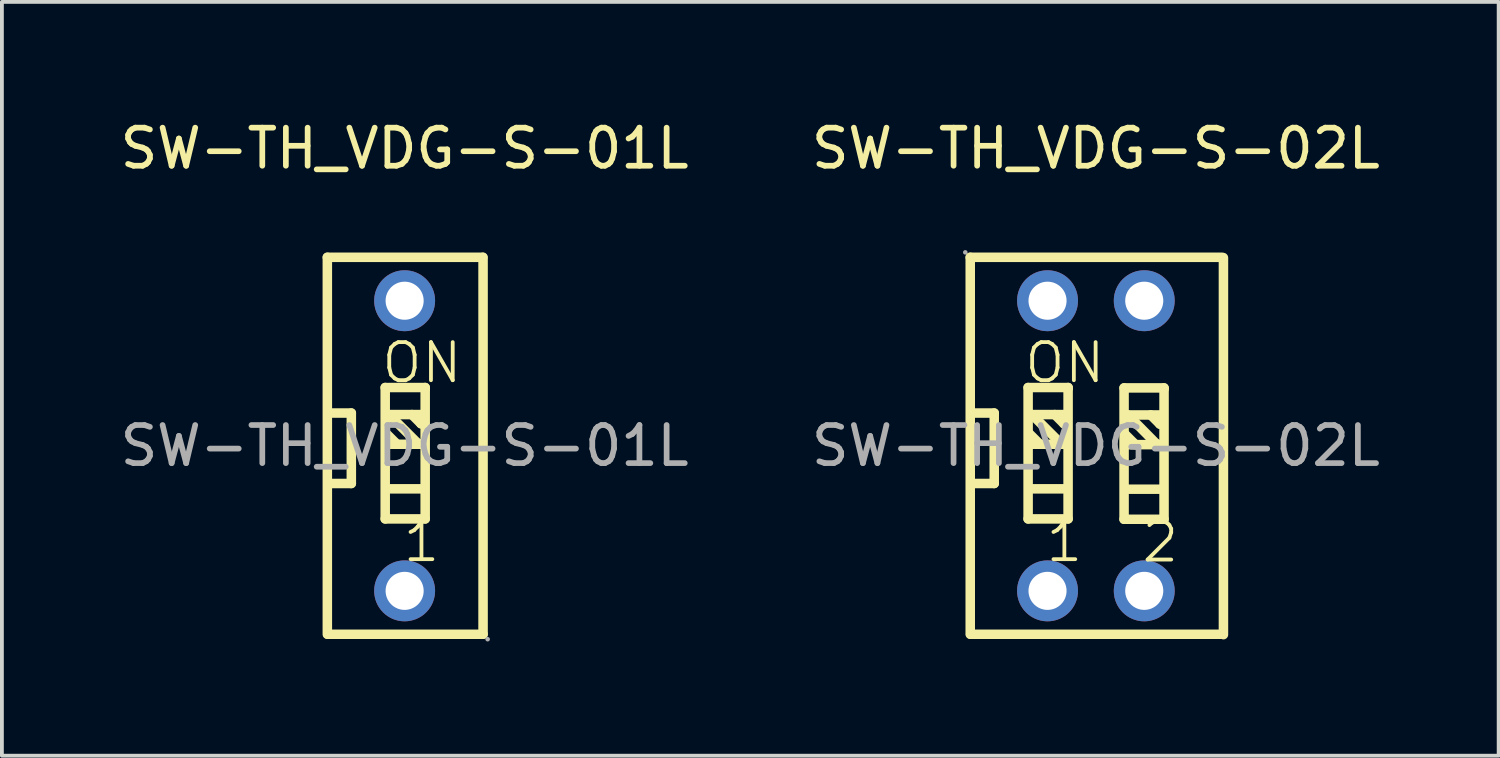
<source format=kicad_pcb>
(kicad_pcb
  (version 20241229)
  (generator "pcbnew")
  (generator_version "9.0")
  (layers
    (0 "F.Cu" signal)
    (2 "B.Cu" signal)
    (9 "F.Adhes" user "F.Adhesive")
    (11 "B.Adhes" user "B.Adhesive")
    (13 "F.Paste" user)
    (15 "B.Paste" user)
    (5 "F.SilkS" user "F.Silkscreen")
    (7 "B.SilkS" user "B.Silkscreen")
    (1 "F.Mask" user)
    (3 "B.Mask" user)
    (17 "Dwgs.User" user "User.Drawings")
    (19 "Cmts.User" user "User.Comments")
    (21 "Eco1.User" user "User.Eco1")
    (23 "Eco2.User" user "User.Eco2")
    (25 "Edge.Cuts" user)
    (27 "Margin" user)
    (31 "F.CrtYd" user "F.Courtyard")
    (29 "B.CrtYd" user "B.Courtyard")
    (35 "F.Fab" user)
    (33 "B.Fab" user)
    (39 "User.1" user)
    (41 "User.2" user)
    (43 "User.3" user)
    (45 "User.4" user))
  (footprint "SW-TH_VDG-S-01L"
    (layer "F.Cu")
    (at 7.577 8.658)
    (property "Reference" "SW-TH_VDG-S-01L" (at 0 -7.81 0) (layer "F.SilkS") (effects (font (size 1 1) (thickness 0.15))))
    (attr through_hole)
    (fp_line (start -2.03 -4.95) (end -2.03 4.95) (stroke (width 0.25) (type solid)) (layer "F.SilkS"))
    (fp_line (start -2.03 -4.95) (end 2.05 -4.95) (stroke (width 0.25) (type solid)) (layer "F.SilkS"))
    (fp_line (start -2.02 4.95) (end 2.06 4.95) (stroke (width 0.25) (type solid)) (layer "F.SilkS"))
    (fp_line (start -2.01 -0.86) (end -1.4 -0.86) (stroke (width 0.25) (type solid)) (layer "F.SilkS"))
    (fp_line (start -1.4 -0.86) (end -1.4 0.99) (stroke (width 0.25) (type solid)) (layer "F.SilkS"))
    (fp_line (start -1.4 0.99) (end -1.98 0.99) (stroke (width 0.25) (type solid)) (layer "F.SilkS"))
    (fp_line (start -0.51 -1.53) (end -0.51 1.92) (stroke (width 0.25) (type solid)) (layer "F.SilkS"))
    (fp_line (start -0.51 1.92) (end 0.54 1.92) (stroke (width 0.25) (type solid)) (layer "F.SilkS"))
    (fp_line (start -0.41 -0.82) (end 0.34 -0.07) (stroke (width 0.25) (type solid)) (layer "F.SilkS"))
    (fp_line (start -0.4 -0.04) (end 0.47 -0.04) (stroke (width 0.25) (type solid)) (layer "F.SilkS"))
    (fp_line (start -0.38 -0.82) (end 0.49 -0.82) (stroke (width 0.25) (type solid)) (layer "F.SilkS"))
    (fp_line (start -0.38 1.13) (end 0.49 1.13) (stroke (width 0.25) (type solid)) (layer "F.SilkS"))
    (fp_line (start -0.2 -0.04) (end -0.47 -0.31) (stroke (width 0.25) (type solid)) (layer "F.SilkS"))
    (fp_line (start 0.19 -0.82) (end 0.43 -0.58) (stroke (width 0.25) (type solid)) (layer "F.SilkS"))
    (fp_line (start 0.34 -0.07) (end 0.34 -0.04) (stroke (width 0.25) (type solid)) (layer "F.SilkS"))
    (fp_line (start 0.43 -0.58) (end 0.46 -0.58) (stroke (width 0.25) (type solid)) (layer "F.SilkS"))
    (fp_line (start 0.54 -1.53) (end -0.51 -1.53) (stroke (width 0.25) (type solid)) (layer "F.SilkS"))
    (fp_line (start 0.54 -1.5) (end 0.54 -1.53) (stroke (width 0.25) (type solid)) (layer "F.SilkS"))
    (fp_line (start 0.54 1.92) (end 0.54 -1.5) (stroke (width 0.25) (type solid)) (layer "F.SilkS"))
    (fp_line (start 2.06 -4.95) (end 2.06 4.95) (stroke (width 0.25) (type solid)) (layer "F.SilkS"))
    (fp_circle (center 0 -3.81) (end 0.2 -3.81) (stroke (width 0.4) (type solid)) (fill no) (layer "F.Fab"))
    (fp_circle (center 0 3.81) (end 0.2 3.81) (stroke (width 0.4) (type solid)) (fill no) (layer "F.Fab"))
    (fp_circle (center 2.18 5.08) (end 2.21 5.08) (stroke (width 0.06) (type solid)) (fill no) (layer "F.Fab"))
    (fp_text user "1" (at -0.1 2.52 0) (layer "F.SilkS") (effects (font (size 1 1) (thickness 0.1)) (justify left)))
    (fp_text user "ON" (at -0.66 -2.18 0) (layer "F.SilkS") (effects (font (size 1 1) (thickness 0.1)) (justify left)))
    (fp_text user "${REFERENCE}" (at 0 0 0) (layer "F.Fab") (effects (font (size 1 1) (thickness 0.15))))
    (pad "1" thru_hole circle (at 0 3.81) (size 1.6 1.6) (drill 1) (layers "*.Cu" "*.Paste" "*.Mask"))
    (pad "2" thru_hole circle (at 0 -3.81) (size 1.6 1.6) (drill 1) (layers "*.Cu" "*.Paste" "*.Mask")))
  (footprint "SW-TH_VDG-S-02L"
    (layer "F.Cu")
    (at 25.732 8.658)
    (property "Reference" "SW-TH_VDG-S-02L" (at 0 -7.81 0) (layer "F.SilkS") (effects (font (size 1 1) (thickness 0.15))))
    (attr through_hole)
    (fp_line (start -3.3 -4.95) (end -3.3 4.95) (stroke (width 0.25) (type solid)) (layer "F.SilkS"))
    (fp_line (start -3.3 -4.95) (end 3.32 -4.95) (stroke (width 0.25) (type solid)) (layer "F.SilkS"))
    (fp_line (start -3.29 4.95) (end 3.32 4.95) (stroke (width 0.25) (type solid)) (layer "F.SilkS"))
    (fp_line (start -3.28 -0.86) (end -2.67 -0.86) (stroke (width 0.25) (type solid)) (layer "F.SilkS"))
    (fp_line (start -2.67 -0.86) (end -2.67 0.99) (stroke (width 0.25) (type solid)) (layer "F.SilkS"))
    (fp_line (start -2.67 0.99) (end -3.25 0.99) (stroke (width 0.25) (type solid)) (layer "F.SilkS"))
    (fp_line (start -1.78 -1.53) (end -1.78 1.92) (stroke (width 0.25) (type solid)) (layer "F.SilkS"))
    (fp_line (start -1.78 1.92) (end -0.73 1.92) (stroke (width 0.25) (type solid)) (layer "F.SilkS"))
    (fp_line (start -1.68 -0.82) (end -0.93 -0.07) (stroke (width 0.25) (type solid)) (layer "F.SilkS"))
    (fp_line (start -1.67 -0.04) (end -0.8 -0.04) (stroke (width 0.25) (type solid)) (layer "F.SilkS"))
    (fp_line (start -1.65 -0.82) (end -0.78 -0.82) (stroke (width 0.25) (type solid)) (layer "F.SilkS"))
    (fp_line (start -1.65 1.13) (end -0.78 1.13) (stroke (width 0.25) (type solid)) (layer "F.SilkS"))
    (fp_line (start -1.47 -0.04) (end -1.74 -0.31) (stroke (width 0.25) (type solid)) (layer "F.SilkS"))
    (fp_line (start -1.08 -0.82) (end -0.84 -0.58) (stroke (width 0.25) (type solid)) (layer "F.SilkS"))
    (fp_line (start -0.93 -0.07) (end -0.93 -0.04) (stroke (width 0.25) (type solid)) (layer "F.SilkS"))
    (fp_line (start -0.84 -0.58) (end -0.81 -0.58) (stroke (width 0.25) (type solid)) (layer "F.SilkS"))
    (fp_line (start -0.73 -1.53) (end -1.78 -1.53) (stroke (width 0.25) (type solid)) (layer "F.SilkS"))
    (fp_line (start -0.73 -1.5) (end -0.73 -1.53) (stroke (width 0.25) (type solid)) (layer "F.SilkS"))
    (fp_line (start -0.73 1.92) (end -0.73 -1.5) (stroke (width 0.25) (type solid)) (layer "F.SilkS"))
    (fp_line (start 0.74 -1.52) (end 0.74 1.93) (stroke (width 0.25) (type solid)) (layer "F.SilkS"))
    (fp_line (start 0.74 1.93) (end 1.79 1.93) (stroke (width 0.25) (type solid)) (layer "F.SilkS"))
    (fp_line (start 0.84 -0.81) (end 1.58 -0.06) (stroke (width 0.25) (type solid)) (layer "F.SilkS"))
    (fp_line (start 0.84 -0.03) (end 1.71 -0.03) (stroke (width 0.25) (type solid)) (layer "F.SilkS"))
    (fp_line (start 0.87 -0.81) (end 1.74 -0.81) (stroke (width 0.25) (type solid)) (layer "F.SilkS"))
    (fp_line (start 0.87 1.14) (end 1.74 1.14) (stroke (width 0.25) (type solid)) (layer "F.SilkS"))
    (fp_line (start 1.04 -0.03) (end 0.77 -0.3) (stroke (width 0.25) (type solid)) (layer "F.SilkS"))
    (fp_line (start 1.44 -0.81) (end 1.68 -0.57) (stroke (width 0.25) (type solid)) (layer "F.SilkS"))
    (fp_line (start 1.58 -0.06) (end 1.58 -0.03) (stroke (width 0.25) (type solid)) (layer "F.SilkS"))
    (fp_line (start 1.68 -0.57) (end 1.71 -0.57) (stroke (width 0.25) (type solid)) (layer "F.SilkS"))
    (fp_line (start 1.79 -1.52) (end 0.74 -1.52) (stroke (width 0.25) (type solid)) (layer "F.SilkS"))
    (fp_line (start 1.79 -1.49) (end 1.79 -1.52) (stroke (width 0.25) (type solid)) (layer "F.SilkS"))
    (fp_line (start 1.79 1.93) (end 1.79 -1.49) (stroke (width 0.25) (type solid)) (layer "F.SilkS"))
    (fp_line (start 3.35 -4.94) (end 3.35 4.96) (stroke (width 0.25) (type solid)) (layer "F.SilkS"))
    (fp_circle (center -3.43 -5.08) (end -3.4 -5.08) (stroke (width 0.06) (type solid)) (fill no) (layer "F.Fab"))
    (fp_circle (center -1.27 -3.81) (end -1.07 -3.81) (stroke (width 0.4) (type solid)) (fill no) (layer "F.Fab"))
    (fp_circle (center -1.27 3.81) (end -1.07 3.81) (stroke (width 0.4) (type solid)) (fill no) (layer "F.Fab"))
    (fp_circle (center 1.27 -3.81) (end 1.47 -3.81) (stroke (width 0.4) (type solid)) (fill no) (layer "F.Fab"))
    (fp_circle (center 1.27 3.81) (end 1.47 3.81) (stroke (width 0.4) (type solid)) (fill no) (layer "F.Fab"))
    (fp_text user "ON" (at -1.93 -2.18 0) (layer "F.SilkS") (effects (font (size 1 1) (thickness 0.1)) (justify left)))
    (fp_text user "1" (at -1.37 2.52 0) (layer "F.SilkS") (effects (font (size 1 1) (thickness 0.1)) (justify left)))
    (fp_text user "2" (at 1.15 2.53 0) (layer "F.SilkS") (effects (font (size 1 1) (thickness 0.1)) (justify left)))
    (fp_text user "${REFERENCE}" (at 0 0 0) (layer "F.Fab") (effects (font (size 1 1) (thickness 0.15))))
    (pad "1" thru_hole circle (at -1.27 -3.81 180) (size 1.6 1.6) (drill 1) (layers "*.Cu" "*.Paste" "*.Mask"))
    (pad "2" thru_hole circle (at 1.27 -3.81 180) (size 1.6 1.6) (drill 1) (layers "*.Cu" "*.Paste" "*.Mask"))
    (pad "3" thru_hole circle (at 1.27 3.81 180) (size 1.6 1.6) (drill 1) (layers "*.Cu" "*.Paste" "*.Mask"))
    (pad "4" thru_hole circle (at -1.27 3.81 180) (size 1.6 1.6) (drill 1) (layers "*.Cu" "*.Paste" "*.Mask")))
  (gr_rect
    (start -3 -3)
    (end 36.31 16.798)
    (stroke (width 0.1) (type default))
    (fill no)
    (layer "Edge.Cuts")))
</source>
